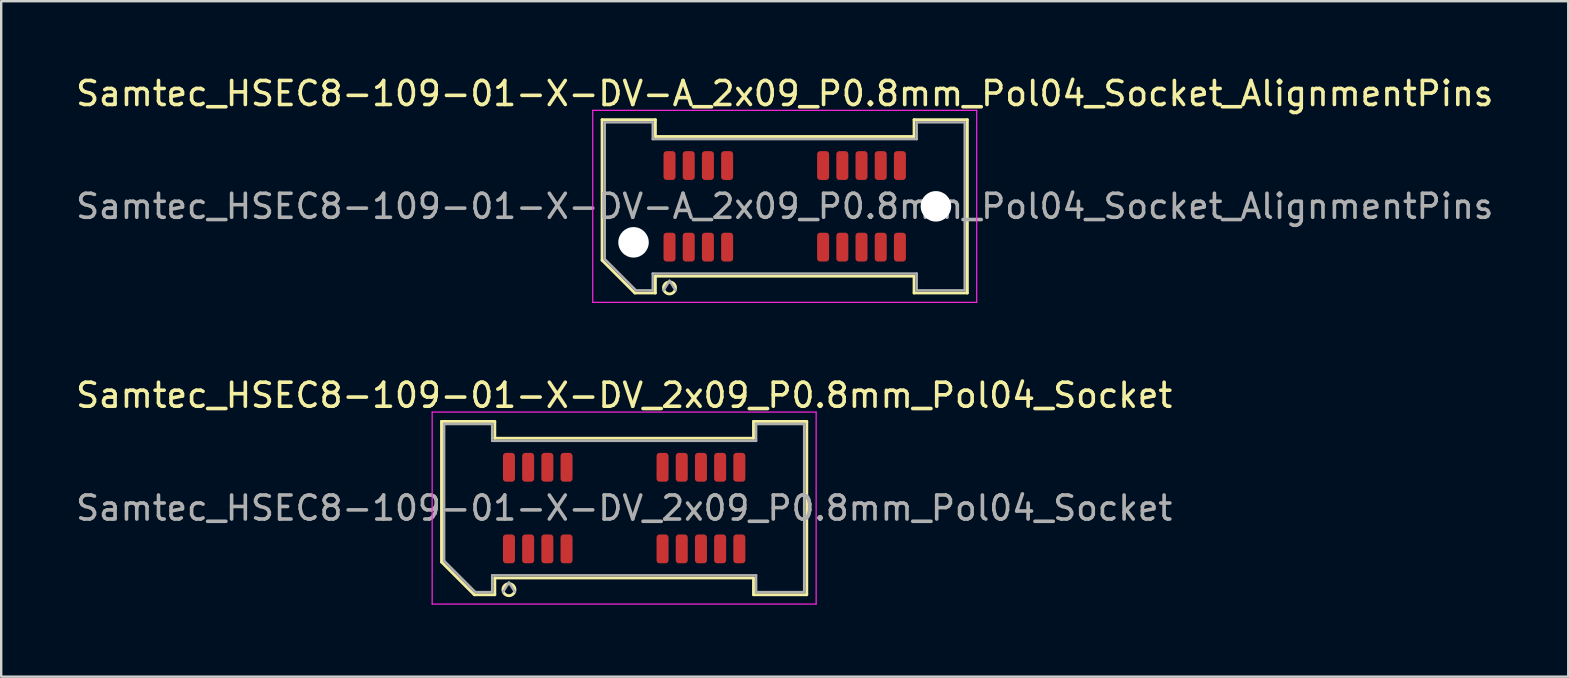
<source format=kicad_pcb>
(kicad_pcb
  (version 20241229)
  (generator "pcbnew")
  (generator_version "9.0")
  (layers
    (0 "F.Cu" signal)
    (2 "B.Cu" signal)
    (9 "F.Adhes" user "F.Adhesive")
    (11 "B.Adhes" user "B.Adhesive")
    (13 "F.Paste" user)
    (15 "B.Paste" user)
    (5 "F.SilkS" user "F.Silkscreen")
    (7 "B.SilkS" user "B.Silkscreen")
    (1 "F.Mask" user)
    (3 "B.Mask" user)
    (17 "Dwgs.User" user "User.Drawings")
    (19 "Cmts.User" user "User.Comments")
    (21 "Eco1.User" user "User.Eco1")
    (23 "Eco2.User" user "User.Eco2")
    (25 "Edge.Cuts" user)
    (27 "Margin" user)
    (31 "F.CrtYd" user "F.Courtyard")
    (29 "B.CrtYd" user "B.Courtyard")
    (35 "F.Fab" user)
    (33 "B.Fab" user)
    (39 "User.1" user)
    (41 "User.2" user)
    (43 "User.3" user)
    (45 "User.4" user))
  (footprint "Samtec_HSEC8-109-01-X-DV_2x09_P0.8mm_Pol04_Socket"
    (layer "F.Cu")
    (at 22.958 18.122)
    (property "Reference" "Samtec_HSEC8-109-01-X-DV_2x09_P0.8mm_Pol04_Socket" (at 0 -4.7 0) (layer "F.SilkS") (effects (font (size 1 1) (thickness 0.15))))
    (attr smd)
    (fp_line (start -7.61 -3.61) (end -5.39 -3.61) (stroke (width 0.12) (type solid)) (layer "F.SilkS"))
    (fp_line (start -7.61 2.246) (end -7.61 -3.61) (stroke (width 0.12) (type solid)) (layer "F.SilkS"))
    (fp_line (start -6.246 3.61) (end -7.61 2.246) (stroke (width 0.12) (type solid)) (layer "F.SilkS"))
    (fp_line (start -5.39 -3.61) (end -5.39 -2.91) (stroke (width 0.12) (type solid)) (layer "F.SilkS"))
    (fp_line (start -5.39 -2.91) (end 5.39 -2.91) (stroke (width 0.12) (type solid)) (layer "F.SilkS"))
    (fp_line (start -5.39 2.91) (end -5.39 3.61) (stroke (width 0.12) (type solid)) (layer "F.SilkS"))
    (fp_line (start -5.39 3.61) (end -6.246 3.61) (stroke (width 0.12) (type solid)) (layer "F.SilkS"))
    (fp_line (start 5.39 -3.61) (end 7.61 -3.61) (stroke (width 0.12) (type solid)) (layer "F.SilkS"))
    (fp_line (start 5.39 -2.91) (end 5.39 -3.61) (stroke (width 0.12) (type solid)) (layer "F.SilkS"))
    (fp_line (start 5.39 2.91) (end -5.39 2.91) (stroke (width 0.12) (type solid)) (layer "F.SilkS"))
    (fp_line (start 5.39 3.61) (end 5.39 2.91) (stroke (width 0.12) (type solid)) (layer "F.SilkS"))
    (fp_line (start 7.61 -3.61) (end 7.61 3.61) (stroke (width 0.12) (type solid)) (layer "F.SilkS"))
    (fp_line (start 7.61 3.61) (end 5.39 3.61) (stroke (width 0.12) (type solid)) (layer "F.SilkS"))
    (fp_arc (start -4.55 3.4) (mid -5.05 3.4) (end -4.55 3.4) (stroke (width 0.12) (type solid)) (layer "F.SilkS"))
    (fp_line (start -8 -4) (end -8 4) (stroke (width 0.05) (type solid)) (layer "F.CrtYd"))
    (fp_line (start -8 4) (end 8 4) (stroke (width 0.05) (type solid)) (layer "F.CrtYd"))
    (fp_line (start 8 -4) (end -8 -4) (stroke (width 0.05) (type solid)) (layer "F.CrtYd"))
    (fp_line (start 8 4) (end 8 -4) (stroke (width 0.05) (type solid)) (layer "F.CrtYd"))
    (fp_line (start -7.5 -3.5) (end -5.5 -3.5) (stroke (width 0.1) (type solid)) (layer "F.Fab"))
    (fp_line (start -7.5 2.2) (end -7.5 -3.5) (stroke (width 0.1) (type solid)) (layer "F.Fab"))
    (fp_line (start -6.2 3.5) (end -7.5 2.2) (stroke (width 0.1) (type solid)) (layer "F.Fab"))
    (fp_line (start -5.5 -3.5) (end -5.5 -2.8) (stroke (width 0.1) (type solid)) (layer "F.Fab"))
    (fp_line (start -5.5 -2.8) (end 5.5 -2.8) (stroke (width 0.1) (type solid)) (layer "F.Fab"))
    (fp_line (start -5.5 2.8) (end -5.5 3.5) (stroke (width 0.1) (type solid)) (layer "F.Fab"))
    (fp_line (start -5.5 3.5) (end -6.2 3.5) (stroke (width 0.1) (type solid)) (layer "F.Fab"))
    (fp_line (start -4.8 3.1) (end -5.05 3.5) (stroke (width 0.1) (type solid)) (layer "F.Fab"))
    (fp_line (start -4.8 3.1) (end -4.55 3.5) (stroke (width 0.1) (type solid)) (layer "F.Fab"))
    (fp_line (start 5.5 -3.5) (end 7.5 -3.5) (stroke (width 0.1) (type solid)) (layer "F.Fab"))
    (fp_line (start 5.5 -2.8) (end 5.5 -3.5) (stroke (width 0.1) (type solid)) (layer "F.Fab"))
    (fp_line (start 5.5 2.8) (end -5.5 2.8) (stroke (width 0.1) (type solid)) (layer "F.Fab"))
    (fp_line (start 5.5 3.5) (end 5.5 2.8) (stroke (width 0.1) (type solid)) (layer "F.Fab"))
    (fp_line (start 7.5 -3.5) (end 7.5 3.5) (stroke (width 0.1) (type solid)) (layer "F.Fab"))
    (fp_line (start 7.5 3.5) (end 5.5 3.5) (stroke (width 0.1) (type solid)) (layer "F.Fab"))
    (fp_text user "${REFERENCE}" (at 0 0 0) (layer "F.Fab") (effects (font (size 1 1) (thickness 0.15))))
    (pad "1" smd roundrect (at -4.8 1.7) (size 0.5 1.2) (layers "F.Cu" "F.Mask" "F.Paste") (roundrect_rratio 0.25))
    (pad "2" smd roundrect (at -4.8 -1.7) (size 0.5 1.2) (layers "F.Cu" "F.Mask" "F.Paste") (roundrect_rratio 0.25))
    (pad "3" smd roundrect (at -4 1.7) (size 0.5 1.2) (layers "F.Cu" "F.Mask" "F.Paste") (roundrect_rratio 0.25))
    (pad "4" smd roundrect (at -4 -1.7) (size 0.5 1.2) (layers "F.Cu" "F.Mask" "F.Paste") (roundrect_rratio 0.25))
    (pad "5" smd roundrect (at -3.2 1.7) (size 0.5 1.2) (layers "F.Cu" "F.Mask" "F.Paste") (roundrect_rratio 0.25))
    (pad "6" smd roundrect (at -3.2 -1.7) (size 0.5 1.2) (layers "F.Cu" "F.Mask" "F.Paste") (roundrect_rratio 0.25))
    (pad "7" smd roundrect (at -2.4 1.7) (size 0.5 1.2) (layers "F.Cu" "F.Mask" "F.Paste") (roundrect_rratio 0.25))
    (pad "8" smd roundrect (at -2.4 -1.7) (size 0.5 1.2) (layers "F.Cu" "F.Mask" "F.Paste") (roundrect_rratio 0.25))
    (pad "9" smd roundrect (at 1.6 1.7) (size 0.5 1.2) (layers "F.Cu" "F.Mask" "F.Paste") (roundrect_rratio 0.25))
    (pad "10" smd roundrect (at 1.6 -1.7) (size 0.5 1.2) (layers "F.Cu" "F.Mask" "F.Paste") (roundrect_rratio 0.25))
    (pad "11" smd roundrect (at 2.4 1.7) (size 0.5 1.2) (layers "F.Cu" "F.Mask" "F.Paste") (roundrect_rratio 0.25))
    (pad "12" smd roundrect (at 2.4 -1.7) (size 0.5 1.2) (layers "F.Cu" "F.Mask" "F.Paste") (roundrect_rratio 0.25))
    (pad "13" smd roundrect (at 3.2 1.7) (size 0.5 1.2) (layers "F.Cu" "F.Mask" "F.Paste") (roundrect_rratio 0.25))
    (pad "14" smd roundrect (at 3.2 -1.7) (size 0.5 1.2) (layers "F.Cu" "F.Mask" "F.Paste") (roundrect_rratio 0.25))
    (pad "15" smd roundrect (at 4 1.7) (size 0.5 1.2) (layers "F.Cu" "F.Mask" "F.Paste") (roundrect_rratio 0.25))
    (pad "16" smd roundrect (at 4 -1.7) (size 0.5 1.2) (layers "F.Cu" "F.Mask" "F.Paste") (roundrect_rratio 0.25))
    (pad "17" smd roundrect (at 4.8 1.7) (size 0.5 1.2) (layers "F.Cu" "F.Mask" "F.Paste") (roundrect_rratio 0.25))
    (pad "18" smd roundrect (at 4.8 -1.7) (size 0.5 1.2) (layers "F.Cu" "F.Mask" "F.Paste") (roundrect_rratio 0.25)))
  (footprint "Samtec_HSEC8-109-01-X-DV-A_2x09_P0.8mm_Pol04_Socket_AlignmentPins"
    (layer "F.Cu")
    (at 29.649 5.548)
    (property "Reference" "Samtec_HSEC8-109-01-X-DV-A_2x09_P0.8mm_Pol04_Socket_AlignmentPins" (at 0 -4.7 0) (layer "F.SilkS") (effects (font (size 1 1) (thickness 0.15))))
    (attr smd)
    (fp_line (start -7.61 -3.61) (end -5.39 -3.61) (stroke (width 0.12) (type solid)) (layer "F.SilkS"))
    (fp_line (start -7.61 2.246) (end -7.61 -3.61) (stroke (width 0.12) (type solid)) (layer "F.SilkS"))
    (fp_line (start -6.246 3.61) (end -7.61 2.246) (stroke (width 0.12) (type solid)) (layer "F.SilkS"))
    (fp_line (start -5.39 -3.61) (end -5.39 -2.91) (stroke (width 0.12) (type solid)) (layer "F.SilkS"))
    (fp_line (start -5.39 -2.91) (end 5.39 -2.91) (stroke (width 0.12) (type solid)) (layer "F.SilkS"))
    (fp_line (start -5.39 2.91) (end -5.39 3.61) (stroke (width 0.12) (type solid)) (layer "F.SilkS"))
    (fp_line (start -5.39 3.61) (end -6.246 3.61) (stroke (width 0.12) (type solid)) (layer "F.SilkS"))
    (fp_line (start 5.39 -3.61) (end 7.61 -3.61) (stroke (width 0.12) (type solid)) (layer "F.SilkS"))
    (fp_line (start 5.39 -2.91) (end 5.39 -3.61) (stroke (width 0.12) (type solid)) (layer "F.SilkS"))
    (fp_line (start 5.39 2.91) (end -5.39 2.91) (stroke (width 0.12) (type solid)) (layer "F.SilkS"))
    (fp_line (start 5.39 3.61) (end 5.39 2.91) (stroke (width 0.12) (type solid)) (layer "F.SilkS"))
    (fp_line (start 7.61 -3.61) (end 7.61 3.61) (stroke (width 0.12) (type solid)) (layer "F.SilkS"))
    (fp_line (start 7.61 3.61) (end 5.39 3.61) (stroke (width 0.12) (type solid)) (layer "F.SilkS"))
    (fp_arc (start -4.55 3.4) (mid -5.05 3.4) (end -4.55 3.4) (stroke (width 0.12) (type solid)) (layer "F.SilkS"))
    (fp_line (start -8 -4) (end -8 4) (stroke (width 0.05) (type solid)) (layer "F.CrtYd"))
    (fp_line (start -8 4) (end 8 4) (stroke (width 0.05) (type solid)) (layer "F.CrtYd"))
    (fp_line (start 8 -4) (end -8 -4) (stroke (width 0.05) (type solid)) (layer "F.CrtYd"))
    (fp_line (start 8 4) (end 8 -4) (stroke (width 0.05) (type solid)) (layer "F.CrtYd"))
    (fp_line (start -7.5 -3.5) (end -5.5 -3.5) (stroke (width 0.1) (type solid)) (layer "F.Fab"))
    (fp_line (start -7.5 2.2) (end -7.5 -3.5) (stroke (width 0.1) (type solid)) (layer "F.Fab"))
    (fp_line (start -6.2 3.5) (end -7.5 2.2) (stroke (width 0.1) (type solid)) (layer "F.Fab"))
    (fp_line (start -5.5 -3.5) (end -5.5 -2.8) (stroke (width 0.1) (type solid)) (layer "F.Fab"))
    (fp_line (start -5.5 -2.8) (end 5.5 -2.8) (stroke (width 0.1) (type solid)) (layer "F.Fab"))
    (fp_line (start -5.5 2.8) (end -5.5 3.5) (stroke (width 0.1) (type solid)) (layer "F.Fab"))
    (fp_line (start -5.5 3.5) (end -6.2 3.5) (stroke (width 0.1) (type solid)) (layer "F.Fab"))
    (fp_line (start -4.8 3.1) (end -5.05 3.5) (stroke (width 0.1) (type solid)) (layer "F.Fab"))
    (fp_line (start -4.8 3.1) (end -4.55 3.5) (stroke (width 0.1) (type solid)) (layer "F.Fab"))
    (fp_line (start 5.5 -3.5) (end 7.5 -3.5) (stroke (width 0.1) (type solid)) (layer "F.Fab"))
    (fp_line (start 5.5 -2.8) (end 5.5 -3.5) (stroke (width 0.1) (type solid)) (layer "F.Fab"))
    (fp_line (start 5.5 2.8) (end -5.5 2.8) (stroke (width 0.1) (type solid)) (layer "F.Fab"))
    (fp_line (start 5.5 3.5) (end 5.5 2.8) (stroke (width 0.1) (type solid)) (layer "F.Fab"))
    (fp_line (start 7.5 -3.5) (end 7.5 3.5) (stroke (width 0.1) (type solid)) (layer "F.Fab"))
    (fp_line (start 7.5 3.5) (end 5.5 3.5) (stroke (width 0.1) (type solid)) (layer "F.Fab"))
    (fp_text user "${REFERENCE}" (at 0 0 0) (layer "F.Fab") (effects (font (size 1 1) (thickness 0.15))))
    (pad "" np_thru_hole circle (at -6.3 1.5) (size 1.27 1.27) (drill 1.27) (layers "*.Cu" "*.Mask"))
    (pad "" np_thru_hole circle (at 6.3 0) (size 1.27 1.27) (drill 1.27) (layers "*.Cu" "*.Mask"))
    (pad "1" smd roundrect (at -4.8 1.7) (size 0.5 1.2) (layers "F.Cu" "F.Mask" "F.Paste") (roundrect_rratio 0.25))
    (pad "2" smd roundrect (at -4.8 -1.7) (size 0.5 1.2) (layers "F.Cu" "F.Mask" "F.Paste") (roundrect_rratio 0.25))
    (pad "3" smd roundrect (at -4 1.7) (size 0.5 1.2) (layers "F.Cu" "F.Mask" "F.Paste") (roundrect_rratio 0.25))
    (pad "4" smd roundrect (at -4 -1.7) (size 0.5 1.2) (layers "F.Cu" "F.Mask" "F.Paste") (roundrect_rratio 0.25))
    (pad "5" smd roundrect (at -3.2 1.7) (size 0.5 1.2) (layers "F.Cu" "F.Mask" "F.Paste") (roundrect_rratio 0.25))
    (pad "6" smd roundrect (at -3.2 -1.7) (size 0.5 1.2) (layers "F.Cu" "F.Mask" "F.Paste") (roundrect_rratio 0.25))
    (pad "7" smd roundrect (at -2.4 1.7) (size 0.5 1.2) (layers "F.Cu" "F.Mask" "F.Paste") (roundrect_rratio 0.25))
    (pad "8" smd roundrect (at -2.4 -1.7) (size 0.5 1.2) (layers "F.Cu" "F.Mask" "F.Paste") (roundrect_rratio 0.25))
    (pad "9" smd roundrect (at 1.6 1.7) (size 0.5 1.2) (layers "F.Cu" "F.Mask" "F.Paste") (roundrect_rratio 0.25))
    (pad "10" smd roundrect (at 1.6 -1.7) (size 0.5 1.2) (layers "F.Cu" "F.Mask" "F.Paste") (roundrect_rratio 0.25))
    (pad "11" smd roundrect (at 2.4 1.7) (size 0.5 1.2) (layers "F.Cu" "F.Mask" "F.Paste") (roundrect_rratio 0.25))
    (pad "12" smd roundrect (at 2.4 -1.7) (size 0.5 1.2) (layers "F.Cu" "F.Mask" "F.Paste") (roundrect_rratio 0.25))
    (pad "13" smd roundrect (at 3.2 1.7) (size 0.5 1.2) (layers "F.Cu" "F.Mask" "F.Paste") (roundrect_rratio 0.25))
    (pad "14" smd roundrect (at 3.2 -1.7) (size 0.5 1.2) (layers "F.Cu" "F.Mask" "F.Paste") (roundrect_rratio 0.25))
    (pad "15" smd roundrect (at 4 1.7) (size 0.5 1.2) (layers "F.Cu" "F.Mask" "F.Paste") (roundrect_rratio 0.25))
    (pad "16" smd roundrect (at 4 -1.7) (size 0.5 1.2) (layers "F.Cu" "F.Mask" "F.Paste") (roundrect_rratio 0.25))
    (pad "17" smd roundrect (at 4.8 1.7) (size 0.5 1.2) (layers "F.Cu" "F.Mask" "F.Paste") (roundrect_rratio 0.25))
    (pad "18" smd roundrect (at 4.8 -1.7) (size 0.5 1.2) (layers "F.Cu" "F.Mask" "F.Paste") (roundrect_rratio 0.25)))
  (gr_rect
    (start -3 -3)
    (end 62.298 25.146)
    (stroke (width 0.1) (type default))
    (fill no)
    (layer "Edge.Cuts")))
</source>
